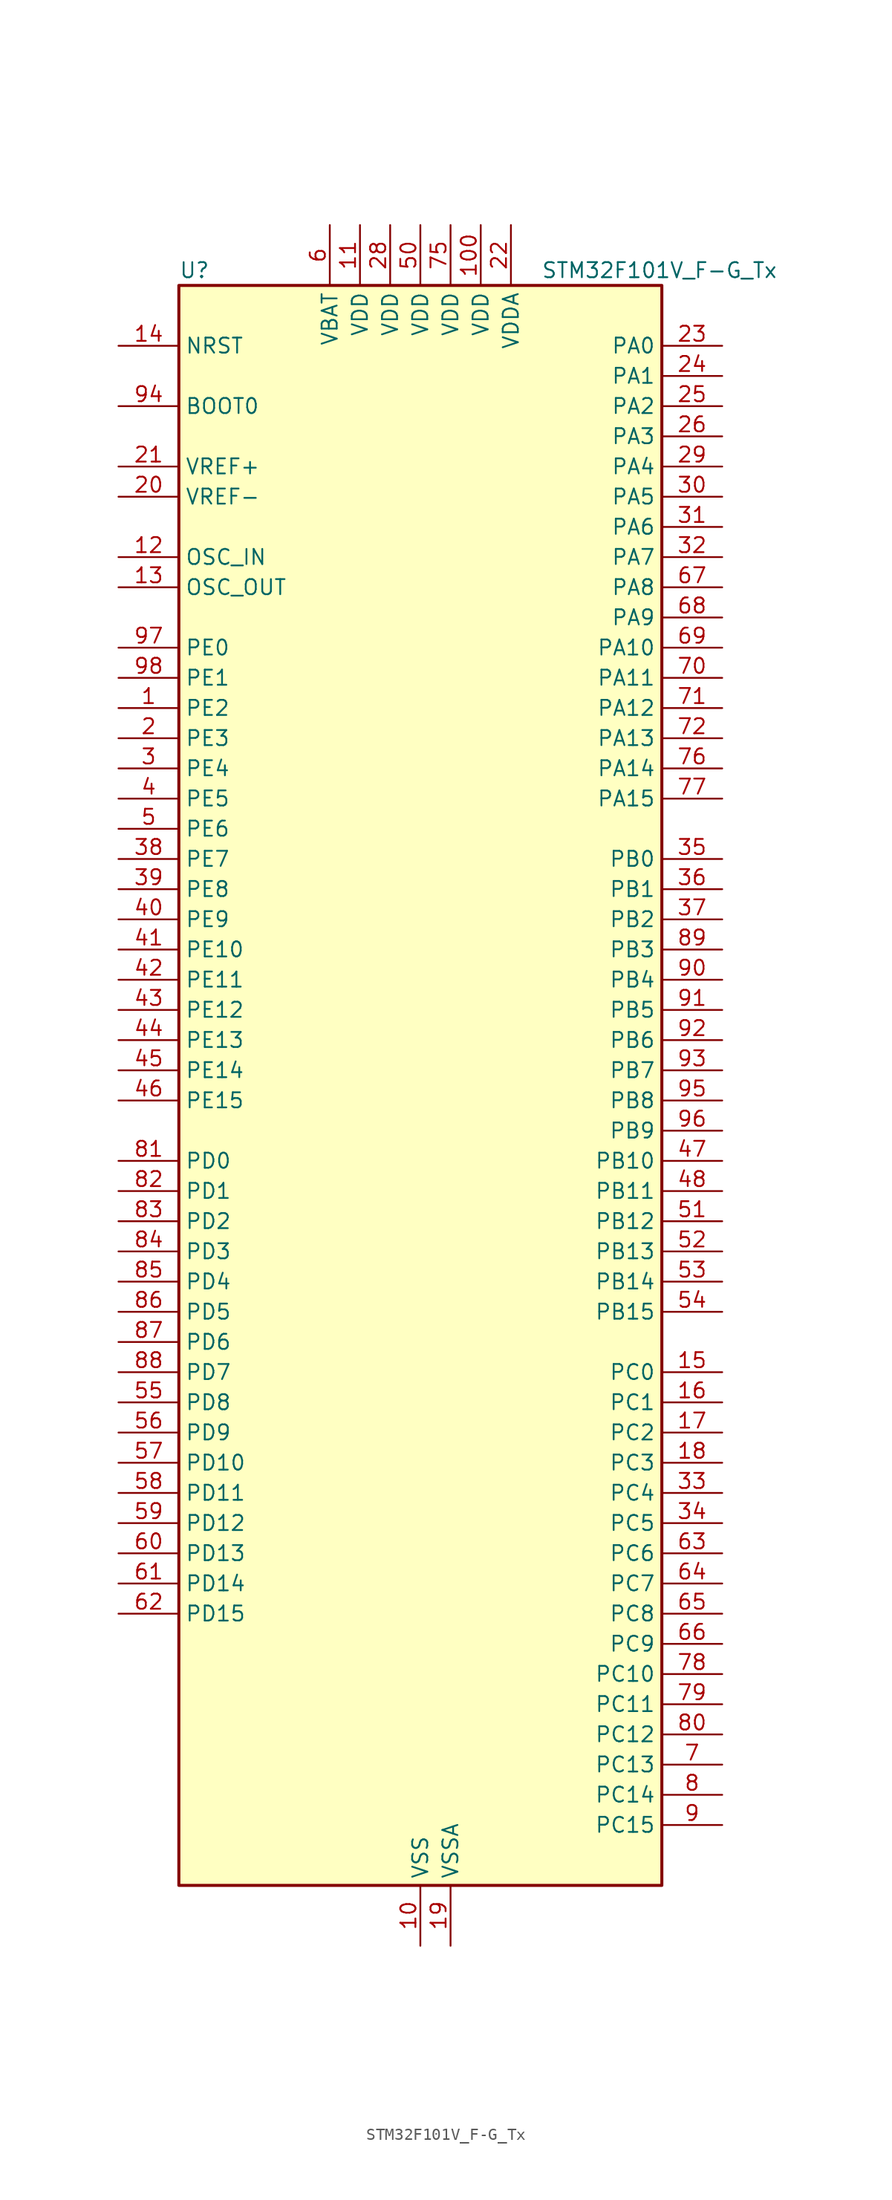
<source format=kicad_sym>
(kicad_symbol_lib
  (version 20241209)
  (generator "kicad_symbol_editor")
  (generator_version "9.0")
  (symbol "STM32F101V_F-G_Tx"
    (property "Reference" "U"
      (at -20.32 69.85 0)
      (effects (font (size 1.27 1.27)) (justify left)))
    (property "Value" "STM32F101V_F-G_Tx"
      (at 10.16 69.85 0)
      (effects (font (size 1.27 1.27)) (justify left)))
    (symbol "STM32F101V_F-G_Tx_0_1"
      (rectangle (start -20.32 -66.04) (end 20.32 68.58) (stroke (width 0.254) (type default)) (fill (type background))))
    (symbol "STM32F101V_F-G_Tx_1_1"
      (pin input line (at -25.4 63.5 0) (length 5.08) (name "NRST" (effects (font (size 1.27 1.27)))) (number "14" (effects (font (size 1.27 1.27)))))
      (pin input line (at -25.4 58.42 0) (length 5.08) (name "BOOT0" (effects (font (size 1.27 1.27)))) (number "94" (effects (font (size 1.27 1.27)))))
      (pin input line (at -25.4 53.34 0) (length 5.08) (name "VREF+" (effects (font (size 1.27 1.27)))) (number "21" (effects (font (size 1.27 1.27)))))
      (pin input line (at -25.4 50.8 0) (length 5.08) (name "VREF-" (effects (font (size 1.27 1.27)))) (number "20" (effects (font (size 1.27 1.27)))))
      (pin input line (at -25.4 45.72 0) (length 5.08) (name "OSC_IN" (effects (font (size 1.27 1.27)))) (number "12" (effects (font (size 1.27 1.27)))) (alternate "RCC_OSC_IN" bidirectional line))
      (pin input line (at -25.4 43.18 0) (length 5.08) (name "OSC_OUT" (effects (font (size 1.27 1.27)))) (number "13" (effects (font (size 1.27 1.27)))) (alternate "RCC_OSC_OUT" bidirectional line))
      (pin bidirectional line (at -25.4 38.1 0) (length 5.08) (name "PE0" (effects (font (size 1.27 1.27)))) (number "97" (effects (font (size 1.27 1.27)))) (alternate "FSMC_NBL0" bidirectional line) (alternate "TIM4_ETR" bidirectional line))
      (pin bidirectional line (at -25.4 35.56 0) (length 5.08) (name "PE1" (effects (font (size 1.27 1.27)))) (number "98" (effects (font (size 1.27 1.27)))) (alternate "FSMC_NBL1" bidirectional line))
      (pin bidirectional line (at -25.4 33.02 0) (length 5.08) (name "PE2" (effects (font (size 1.27 1.27)))) (number "1" (effects (font (size 1.27 1.27)))) (alternate "FSMC_A23" bidirectional line) (alternate "SYS_TRACECLK" bidirectional line))
      (pin bidirectional line (at -25.4 30.48 0) (length 5.08) (name "PE3" (effects (font (size 1.27 1.27)))) (number "2" (effects (font (size 1.27 1.27)))) (alternate "FSMC_A19" bidirectional line) (alternate "SYS_TRACED0" bidirectional line))
      (pin bidirectional line (at -25.4 27.94 0) (length 5.08) (name "PE4" (effects (font (size 1.27 1.27)))) (number "3" (effects (font (size 1.27 1.27)))) (alternate "FSMC_A20" bidirectional line) (alternate "SYS_TRACED1" bidirectional line))
      (pin bidirectional line (at -25.4 25.4 0) (length 5.08) (name "PE5" (effects (font (size 1.27 1.27)))) (number "4" (effects (font (size 1.27 1.27)))) (alternate "FSMC_A21" bidirectional line) (alternate "SYS_TRACED2" bidirectional line) (alternate "TIM9_CH1" bidirectional line))
      (pin bidirectional line (at -25.4 22.86 0) (length 5.08) (name "PE6" (effects (font (size 1.27 1.27)))) (number "5" (effects (font (size 1.27 1.27)))) (alternate "FSMC_A22" bidirectional line) (alternate "SYS_TRACED3" bidirectional line) (alternate "TIM9_CH2" bidirectional line))
      (pin bidirectional line (at -25.4 20.32 0) (length 5.08) (name "PE7" (effects (font (size 1.27 1.27)))) (number "38" (effects (font (size 1.27 1.27)))) (alternate "FSMC_D4" bidirectional line) (alternate "FSMC_DA4" bidirectional line))
      (pin bidirectional line (at -25.4 17.78 0) (length 5.08) (name "PE8" (effects (font (size 1.27 1.27)))) (number "39" (effects (font (size 1.27 1.27)))) (alternate "FSMC_D5" bidirectional line) (alternate "FSMC_DA5" bidirectional line))
      (pin bidirectional line (at -25.4 15.24 0) (length 5.08) (name "PE9" (effects (font (size 1.27 1.27)))) (number "40" (effects (font (size 1.27 1.27)))) (alternate "DAC_EXTI9" bidirectional line) (alternate "FSMC_D6" bidirectional line) (alternate "FSMC_DA6" bidirectional line))
      (pin bidirectional line (at -25.4 12.7 0) (length 5.08) (name "PE10" (effects (font (size 1.27 1.27)))) (number "41" (effects (font (size 1.27 1.27)))) (alternate "FSMC_D7" bidirectional line) (alternate "FSMC_DA7" bidirectional line))
      (pin bidirectional line (at -25.4 10.16 0) (length 5.08) (name "PE11" (effects (font (size 1.27 1.27)))) (number "42" (effects (font (size 1.27 1.27)))) (alternate "ADC1_EXTI11" bidirectional line) (alternate "FSMC_D8" bidirectional line) (alternate "FSMC_DA8" bidirectional line))
      (pin bidirectional line (at -25.4 7.62 0) (length 5.08) (name "PE12" (effects (font (size 1.27 1.27)))) (number "43" (effects (font (size 1.27 1.27)))) (alternate "FSMC_D9" bidirectional line) (alternate "FSMC_DA9" bidirectional line))
      (pin bidirectional line (at -25.4 5.08 0) (length 5.08) (name "PE13" (effects (font (size 1.27 1.27)))) (number "44" (effects (font (size 1.27 1.27)))) (alternate "FSMC_D10" bidirectional line) (alternate "FSMC_DA10" bidirectional line))
      (pin bidirectional line (at -25.4 2.54 0) (length 5.08) (name "PE14" (effects (font (size 1.27 1.27)))) (number "45" (effects (font (size 1.27 1.27)))) (alternate "FSMC_D11" bidirectional line) (alternate "FSMC_DA11" bidirectional line))
      (pin bidirectional line (at -25.4 0 0) (length 5.08) (name "PE15" (effects (font (size 1.27 1.27)))) (number "46" (effects (font (size 1.27 1.27)))) (alternate "ADC1_EXTI15" bidirectional line) (alternate "FSMC_D12" bidirectional line) (alternate "FSMC_DA12" bidirectional line))
      (pin bidirectional line (at -25.4 -5.08 0) (length 5.08) (name "PD0" (effects (font (size 1.27 1.27)))) (number "81" (effects (font (size 1.27 1.27)))) (alternate "FSMC_D2" bidirectional line) (alternate "FSMC_DA2" bidirectional line))
      (pin bidirectional line (at -25.4 -7.62 0) (length 5.08) (name "PD1" (effects (font (size 1.27 1.27)))) (number "82" (effects (font (size 1.27 1.27)))) (alternate "FSMC_D3" bidirectional line) (alternate "FSMC_DA3" bidirectional line))
      (pin bidirectional line (at -25.4 -10.16 0) (length 5.08) (name "PD2" (effects (font (size 1.27 1.27)))) (number "83" (effects (font (size 1.27 1.27)))) (alternate "TIM3_ETR" bidirectional line) (alternate "UART5_RX" bidirectional line))
      (pin bidirectional line (at -25.4 -12.7 0) (length 5.08) (name "PD3" (effects (font (size 1.27 1.27)))) (number "84" (effects (font (size 1.27 1.27)))) (alternate "FSMC_CLK" bidirectional line) (alternate "USART2_CTS" bidirectional line))
      (pin bidirectional line (at -25.4 -15.24 0) (length 5.08) (name "PD4" (effects (font (size 1.27 1.27)))) (number "85" (effects (font (size 1.27 1.27)))) (alternate "FSMC_NOE" bidirectional line) (alternate "USART2_RTS" bidirectional line))
      (pin bidirectional line (at -25.4 -17.78 0) (length 5.08) (name "PD5" (effects (font (size 1.27 1.27)))) (number "86" (effects (font (size 1.27 1.27)))) (alternate "FSMC_NWE" bidirectional line) (alternate "USART2_TX" bidirectional line))
      (pin bidirectional line (at -25.4 -20.32 0) (length 5.08) (name "PD6" (effects (font (size 1.27 1.27)))) (number "87" (effects (font (size 1.27 1.27)))) (alternate "FSMC_NWAIT" bidirectional line) (alternate "USART2_RX" bidirectional line))
      (pin bidirectional line (at -25.4 -22.86 0) (length 5.08) (name "PD7" (effects (font (size 1.27 1.27)))) (number "88" (effects (font (size 1.27 1.27)))) (alternate "FSMC_NCE2" bidirectional line) (alternate "FSMC_NE1" bidirectional line) (alternate "USART2_CK" bidirectional line))
      (pin bidirectional line (at -25.4 -25.4 0) (length 5.08) (name "PD8" (effects (font (size 1.27 1.27)))) (number "55" (effects (font (size 1.27 1.27)))) (alternate "FSMC_D13" bidirectional line) (alternate "FSMC_DA13" bidirectional line) (alternate "USART3_TX" bidirectional line))
      (pin bidirectional line (at -25.4 -27.94 0) (length 5.08) (name "PD9" (effects (font (size 1.27 1.27)))) (number "56" (effects (font (size 1.27 1.27)))) (alternate "DAC_EXTI9" bidirectional line) (alternate "FSMC_D14" bidirectional line) (alternate "FSMC_DA14" bidirectional line) (alternate "USART3_RX" bidirectional line))
      (pin bidirectional line (at -25.4 -30.48 0) (length 5.08) (name "PD10" (effects (font (size 1.27 1.27)))) (number "57" (effects (font (size 1.27 1.27)))) (alternate "FSMC_D15" bidirectional line) (alternate "FSMC_DA15" bidirectional line) (alternate "USART3_CK" bidirectional line))
      (pin bidirectional line (at -25.4 -33.02 0) (length 5.08) (name "PD11" (effects (font (size 1.27 1.27)))) (number "58" (effects (font (size 1.27 1.27)))) (alternate "ADC1_EXTI11" bidirectional line) (alternate "FSMC_A16" bidirectional line) (alternate "FSMC_CLE" bidirectional line) (alternate "USART3_CTS" bidirectional line))
      (pin bidirectional line (at -25.4 -35.56 0) (length 5.08) (name "PD12" (effects (font (size 1.27 1.27)))) (number "59" (effects (font (size 1.27 1.27)))) (alternate "FSMC_A17" bidirectional line) (alternate "FSMC_ALE" bidirectional line) (alternate "TIM4_CH1" bidirectional line) (alternate "USART3_RTS" bidirectional line))
      (pin bidirectional line (at -25.4 -38.1 0) (length 5.08) (name "PD13" (effects (font (size 1.27 1.27)))) (number "60" (effects (font (size 1.27 1.27)))) (alternate "FSMC_A18" bidirectional line) (alternate "TIM4_CH2" bidirectional line))
      (pin bidirectional line (at -25.4 -40.64 0) (length 5.08) (name "PD14" (effects (font (size 1.27 1.27)))) (number "61" (effects (font (size 1.27 1.27)))) (alternate "FSMC_D0" bidirectional line) (alternate "FSMC_DA0" bidirectional line) (alternate "TIM4_CH3" bidirectional line))
      (pin bidirectional line (at -25.4 -43.18 0) (length 5.08) (name "PD15" (effects (font (size 1.27 1.27)))) (number "62" (effects (font (size 1.27 1.27)))) (alternate "ADC1_EXTI15" bidirectional line) (alternate "FSMC_D1" bidirectional line) (alternate "FSMC_DA1" bidirectional line) (alternate "TIM4_CH4" bidirectional line))
      (pin no_connect line (at -20.32 -66.04 0) (length 5.08) (hide yes) (name "NC" (effects (font (size 1.27 1.27)))) (number "73" (effects (font (size 1.27 1.27)))))
      (pin power_in line (at -7.62 73.66 270) (length 5.08) (name "VBAT" (effects (font (size 1.27 1.27)))) (number "6" (effects (font (size 1.27 1.27)))))
      (pin power_in line (at -5.08 73.66 270) (length 5.08) (name "VDD" (effects (font (size 1.27 1.27)))) (number "11" (effects (font (size 1.27 1.27)))))
      (pin power_in line (at -2.54 73.66 270) (length 5.08) (name "VDD" (effects (font (size 1.27 1.27)))) (number "28" (effects (font (size 1.27 1.27)))))
      (pin power_in line (at 0 73.66 270) (length 5.08) (name "VDD" (effects (font (size 1.27 1.27)))) (number "50" (effects (font (size 1.27 1.27)))))
      (pin power_in line (at 0 -71.12 90) (length 5.08) (name "VSS" (effects (font (size 1.27 1.27)))) (number "10" (effects (font (size 1.27 1.27)))))
      (pin passive line (at 0 -71.12 90) (length 5.08) (hide yes) (name "VSS" (effects (font (size 1.27 1.27)))) (number "27" (effects (font (size 1.27 1.27)))))
      (pin passive line (at 0 -71.12 90) (length 5.08) (hide yes) (name "VSS" (effects (font (size 1.27 1.27)))) (number "49" (effects (font (size 1.27 1.27)))))
      (pin passive line (at 0 -71.12 90) (length 5.08) (hide yes) (name "VSS" (effects (font (size 1.27 1.27)))) (number "74" (effects (font (size 1.27 1.27)))))
      (pin passive line (at 0 -71.12 90) (length 5.08) (hide yes) (name "VSS" (effects (font (size 1.27 1.27)))) (number "99" (effects (font (size 1.27 1.27)))))
      (pin power_in line (at 2.54 73.66 270) (length 5.08) (name "VDD" (effects (font (size 1.27 1.27)))) (number "75" (effects (font (size 1.27 1.27)))))
      (pin power_in line (at 2.54 -71.12 90) (length 5.08) (name "VSSA" (effects (font (size 1.27 1.27)))) (number "19" (effects (font (size 1.27 1.27)))))
      (pin power_in line (at 5.08 73.66 270) (length 5.08) (name "VDD" (effects (font (size 1.27 1.27)))) (number "100" (effects (font (size 1.27 1.27)))))
      (pin power_in line (at 7.62 73.66 270) (length 5.08) (name "VDDA" (effects (font (size 1.27 1.27)))) (number "22" (effects (font (size 1.27 1.27)))))
      (pin bidirectional line (at 25.4 63.5 180) (length 5.08) (name "PA0" (effects (font (size 1.27 1.27)))) (number "23" (effects (font (size 1.27 1.27)))) (alternate "ADC1_IN0" bidirectional line) (alternate "SYS_WKUP" bidirectional line) (alternate "TIM2_CH1" bidirectional line) (alternate "TIM2_ETR" bidirectional line) (alternate "TIM5_CH1" bidirectional line) (alternate "USART2_CTS" bidirectional line))
      (pin bidirectional line (at 25.4 60.96 180) (length 5.08) (name "PA1" (effects (font (size 1.27 1.27)))) (number "24" (effects (font (size 1.27 1.27)))) (alternate "ADC1_IN1" bidirectional line) (alternate "TIM2_CH2" bidirectional line) (alternate "TIM5_CH2" bidirectional line) (alternate "USART2_RTS" bidirectional line))
      (pin bidirectional line (at 25.4 58.42 180) (length 5.08) (name "PA2" (effects (font (size 1.27 1.27)))) (number "25" (effects (font (size 1.27 1.27)))) (alternate "ADC1_IN2" bidirectional line) (alternate "TIM2_CH3" bidirectional line) (alternate "TIM5_CH3" bidirectional line) (alternate "TIM9_CH1" bidirectional line) (alternate "USART2_TX" bidirectional line))
      (pin bidirectional line (at 25.4 55.88 180) (length 5.08) (name "PA3" (effects (font (size 1.27 1.27)))) (number "26" (effects (font (size 1.27 1.27)))) (alternate "ADC1_IN3" bidirectional line) (alternate "TIM2_CH4" bidirectional line) (alternate "TIM5_CH4" bidirectional line) (alternate "TIM9_CH2" bidirectional line) (alternate "USART2_RX" bidirectional line))
      (pin bidirectional line (at 25.4 53.34 180) (length 5.08) (name "PA4" (effects (font (size 1.27 1.27)))) (number "29" (effects (font (size 1.27 1.27)))) (alternate "ADC1_IN4" bidirectional line) (alternate "DAC_OUT1" bidirectional line) (alternate "SPI1_NSS" bidirectional line) (alternate "USART2_CK" bidirectional line))
      (pin bidirectional line (at 25.4 50.8 180) (length 5.08) (name "PA5" (effects (font (size 1.27 1.27)))) (number "30" (effects (font (size 1.27 1.27)))) (alternate "ADC1_IN5" bidirectional line) (alternate "DAC_OUT2" bidirectional line) (alternate "SPI1_SCK" bidirectional line))
      (pin bidirectional line (at 25.4 48.26 180) (length 5.08) (name "PA6" (effects (font (size 1.27 1.27)))) (number "31" (effects (font (size 1.27 1.27)))) (alternate "ADC1_IN6" bidirectional line) (alternate "SPI1_MISO" bidirectional line) (alternate "TIM13_CH1" bidirectional line) (alternate "TIM3_CH1" bidirectional line))
      (pin bidirectional line (at 25.4 45.72 180) (length 5.08) (name "PA7" (effects (font (size 1.27 1.27)))) (number "32" (effects (font (size 1.27 1.27)))) (alternate "ADC1_IN7" bidirectional line) (alternate "SPI1_MOSI" bidirectional line) (alternate "TIM14_CH1" bidirectional line) (alternate "TIM3_CH2" bidirectional line))
      (pin bidirectional line (at 25.4 43.18 180) (length 5.08) (name "PA8" (effects (font (size 1.27 1.27)))) (number "67" (effects (font (size 1.27 1.27)))) (alternate "RCC_MCO" bidirectional line) (alternate "USART1_CK" bidirectional line))
      (pin bidirectional line (at 25.4 40.64 180) (length 5.08) (name "PA9" (effects (font (size 1.27 1.27)))) (number "68" (effects (font (size 1.27 1.27)))) (alternate "DAC_EXTI9" bidirectional line) (alternate "USART1_TX" bidirectional line))
      (pin bidirectional line (at 25.4 38.1 180) (length 5.08) (name "PA10" (effects (font (size 1.27 1.27)))) (number "69" (effects (font (size 1.27 1.27)))) (alternate "USART1_RX" bidirectional line))
      (pin bidirectional line (at 25.4 35.56 180) (length 5.08) (name "PA11" (effects (font (size 1.27 1.27)))) (number "70" (effects (font (size 1.27 1.27)))) (alternate "ADC1_EXTI11" bidirectional line) (alternate "USART1_CTS" bidirectional line))
      (pin bidirectional line (at 25.4 33.02 180) (length 5.08) (name "PA12" (effects (font (size 1.27 1.27)))) (number "71" (effects (font (size 1.27 1.27)))) (alternate "USART1_RTS" bidirectional line))
      (pin bidirectional line (at 25.4 30.48 180) (length 5.08) (name "PA13" (effects (font (size 1.27 1.27)))) (number "72" (effects (font (size 1.27 1.27)))) (alternate "SYS_JTMS-SWDIO" bidirectional line))
      (pin bidirectional line (at 25.4 27.94 180) (length 5.08) (name "PA14" (effects (font (size 1.27 1.27)))) (number "76" (effects (font (size 1.27 1.27)))) (alternate "SYS_JTCK-SWCLK" bidirectional line))
      (pin bidirectional line (at 25.4 25.4 180) (length 5.08) (name "PA15" (effects (font (size 1.27 1.27)))) (number "77" (effects (font (size 1.27 1.27)))) (alternate "ADC1_EXTI15" bidirectional line) (alternate "SPI1_NSS" bidirectional line) (alternate "SPI3_NSS" bidirectional line) (alternate "SYS_JTDI" bidirectional line) (alternate "TIM2_CH1" bidirectional line) (alternate "TIM2_ETR" bidirectional line))
      (pin bidirectional line (at 25.4 20.32 180) (length 5.08) (name "PB0" (effects (font (size 1.27 1.27)))) (number "35" (effects (font (size 1.27 1.27)))) (alternate "ADC1_IN8" bidirectional line) (alternate "TIM3_CH3" bidirectional line))
      (pin bidirectional line (at 25.4 17.78 180) (length 5.08) (name "PB1" (effects (font (size 1.27 1.27)))) (number "36" (effects (font (size 1.27 1.27)))) (alternate "ADC1_IN9" bidirectional line) (alternate "TIM3_CH4" bidirectional line))
      (pin bidirectional line (at 25.4 15.24 180) (length 5.08) (name "PB2" (effects (font (size 1.27 1.27)))) (number "37" (effects (font (size 1.27 1.27)))))
      (pin bidirectional line (at 25.4 12.7 180) (length 5.08) (name "PB3" (effects (font (size 1.27 1.27)))) (number "89" (effects (font (size 1.27 1.27)))) (alternate "SPI1_SCK" bidirectional line) (alternate "SPI3_SCK" bidirectional line) (alternate "SYS_JTDO-TRACESWO" bidirectional line) (alternate "TIM2_CH2" bidirectional line))
      (pin bidirectional line (at 25.4 10.16 180) (length 5.08) (name "PB4" (effects (font (size 1.27 1.27)))) (number "90" (effects (font (size 1.27 1.27)))) (alternate "SPI1_MISO" bidirectional line) (alternate "SPI3_MISO" bidirectional line) (alternate "SYS_NJTRST" bidirectional line) (alternate "TIM3_CH1" bidirectional line))
      (pin bidirectional line (at 25.4 7.62 180) (length 5.08) (name "PB5" (effects (font (size 1.27 1.27)))) (number "91" (effects (font (size 1.27 1.27)))) (alternate "I2C1_SMBA" bidirectional line) (alternate "SPI1_MOSI" bidirectional line) (alternate "SPI3_MOSI" bidirectional line) (alternate "TIM3_CH2" bidirectional line))
      (pin bidirectional line (at 25.4 5.08 180) (length 5.08) (name "PB6" (effects (font (size 1.27 1.27)))) (number "92" (effects (font (size 1.27 1.27)))) (alternate "I2C1_SCL" bidirectional line) (alternate "TIM4_CH1" bidirectional line) (alternate "USART1_TX" bidirectional line))
      (pin bidirectional line (at 25.4 2.54 180) (length 5.08) (name "PB7" (effects (font (size 1.27 1.27)))) (number "93" (effects (font (size 1.27 1.27)))) (alternate "FSMC_NL" bidirectional line) (alternate "I2C1_SDA" bidirectional line) (alternate "TIM4_CH2" bidirectional line) (alternate "USART1_RX" bidirectional line))
      (pin bidirectional line (at 25.4 0 180) (length 5.08) (name "PB8" (effects (font (size 1.27 1.27)))) (number "95" (effects (font (size 1.27 1.27)))) (alternate "I2C1_SCL" bidirectional line) (alternate "TIM10_CH1" bidirectional line) (alternate "TIM4_CH3" bidirectional line))
      (pin bidirectional line (at 25.4 -2.54 180) (length 5.08) (name "PB9" (effects (font (size 1.27 1.27)))) (number "96" (effects (font (size 1.27 1.27)))) (alternate "DAC_EXTI9" bidirectional line) (alternate "I2C1_SDA" bidirectional line) (alternate "TIM11_CH1" bidirectional line) (alternate "TIM4_CH4" bidirectional line))
      (pin bidirectional line (at 25.4 -5.08 180) (length 5.08) (name "PB10" (effects (font (size 1.27 1.27)))) (number "47" (effects (font (size 1.27 1.27)))) (alternate "I2C2_SCL" bidirectional line) (alternate "TIM2_CH3" bidirectional line) (alternate "USART3_TX" bidirectional line))
      (pin bidirectional line (at 25.4 -7.62 180) (length 5.08) (name "PB11" (effects (font (size 1.27 1.27)))) (number "48" (effects (font (size 1.27 1.27)))) (alternate "ADC1_EXTI11" bidirectional line) (alternate "I2C2_SDA" bidirectional line) (alternate "TIM2_CH4" bidirectional line) (alternate "USART3_RX" bidirectional line))
      (pin bidirectional line (at 25.4 -10.16 180) (length 5.08) (name "PB12" (effects (font (size 1.27 1.27)))) (number "51" (effects (font (size 1.27 1.27)))) (alternate "I2C2_SMBA" bidirectional line) (alternate "SPI2_NSS" bidirectional line) (alternate "USART3_CK" bidirectional line))
      (pin bidirectional line (at 25.4 -12.7 180) (length 5.08) (name "PB13" (effects (font (size 1.27 1.27)))) (number "52" (effects (font (size 1.27 1.27)))) (alternate "SPI2_SCK" bidirectional line) (alternate "USART3_CTS" bidirectional line))
      (pin bidirectional line (at 25.4 -15.24 180) (length 5.08) (name "PB14" (effects (font (size 1.27 1.27)))) (number "53" (effects (font (size 1.27 1.27)))) (alternate "SPI2_MISO" bidirectional line) (alternate "TIM12_CH1" bidirectional line) (alternate "USART3_RTS" bidirectional line))
      (pin bidirectional line (at 25.4 -17.78 180) (length 5.08) (name "PB15" (effects (font (size 1.27 1.27)))) (number "54" (effects (font (size 1.27 1.27)))) (alternate "ADC1_EXTI15" bidirectional line) (alternate "SPI2_MOSI" bidirectional line) (alternate "TIM12_CH2" bidirectional line))
      (pin bidirectional line (at 25.4 -22.86 180) (length 5.08) (name "PC0" (effects (font (size 1.27 1.27)))) (number "15" (effects (font (size 1.27 1.27)))) (alternate "ADC1_IN10" bidirectional line))
      (pin bidirectional line (at 25.4 -25.4 180) (length 5.08) (name "PC1" (effects (font (size 1.27 1.27)))) (number "16" (effects (font (size 1.27 1.27)))) (alternate "ADC1_IN11" bidirectional line))
      (pin bidirectional line (at 25.4 -27.94 180) (length 5.08) (name "PC2" (effects (font (size 1.27 1.27)))) (number "17" (effects (font (size 1.27 1.27)))) (alternate "ADC1_IN12" bidirectional line))
      (pin bidirectional line (at 25.4 -30.48 180) (length 5.08) (name "PC3" (effects (font (size 1.27 1.27)))) (number "18" (effects (font (size 1.27 1.27)))) (alternate "ADC1_IN13" bidirectional line))
      (pin bidirectional line (at 25.4 -33.02 180) (length 5.08) (name "PC4" (effects (font (size 1.27 1.27)))) (number "33" (effects (font (size 1.27 1.27)))) (alternate "ADC1_IN14" bidirectional line))
      (pin bidirectional line (at 25.4 -35.56 180) (length 5.08) (name "PC5" (effects (font (size 1.27 1.27)))) (number "34" (effects (font (size 1.27 1.27)))) (alternate "ADC1_IN15" bidirectional line))
      (pin bidirectional line (at 25.4 -38.1 180) (length 5.08) (name "PC6" (effects (font (size 1.27 1.27)))) (number "63" (effects (font (size 1.27 1.27)))) (alternate "TIM3_CH1" bidirectional line))
      (pin bidirectional line (at 25.4 -40.64 180) (length 5.08) (name "PC7" (effects (font (size 1.27 1.27)))) (number "64" (effects (font (size 1.27 1.27)))) (alternate "TIM3_CH2" bidirectional line))
      (pin bidirectional line (at 25.4 -43.18 180) (length 5.08) (name "PC8" (effects (font (size 1.27 1.27)))) (number "65" (effects (font (size 1.27 1.27)))) (alternate "TIM3_CH3" bidirectional line))
      (pin bidirectional line (at 25.4 -45.72 180) (length 5.08) (name "PC9" (effects (font (size 1.27 1.27)))) (number "66" (effects (font (size 1.27 1.27)))) (alternate "DAC_EXTI9" bidirectional line) (alternate "TIM3_CH4" bidirectional line))
      (pin bidirectional line (at 25.4 -48.26 180) (length 5.08) (name "PC10" (effects (font (size 1.27 1.27)))) (number "78" (effects (font (size 1.27 1.27)))) (alternate "UART4_TX" bidirectional line) (alternate "USART3_TX" bidirectional line))
      (pin bidirectional line (at 25.4 -50.8 180) (length 5.08) (name "PC11" (effects (font (size 1.27 1.27)))) (number "79" (effects (font (size 1.27 1.27)))) (alternate "ADC1_EXTI11" bidirectional line) (alternate "UART4_RX" bidirectional line) (alternate "USART3_RX" bidirectional line))
      (pin bidirectional line (at 25.4 -53.34 180) (length 5.08) (name "PC12" (effects (font (size 1.27 1.27)))) (number "80" (effects (font (size 1.27 1.27)))) (alternate "UART5_TX" bidirectional line) (alternate "USART3_CK" bidirectional line))
      (pin bidirectional line (at 25.4 -55.88 180) (length 5.08) (name "PC13" (effects (font (size 1.27 1.27)))) (number "7" (effects (font (size 1.27 1.27)))) (alternate "RTC_OUT" bidirectional line) (alternate "RTC_TAMPER" bidirectional line))
      (pin bidirectional line (at 25.4 -58.42 180) (length 5.08) (name "PC14" (effects (font (size 1.27 1.27)))) (number "8" (effects (font (size 1.27 1.27)))) (alternate "RCC_OSC32_IN" bidirectional line))
      (pin bidirectional line (at 25.4 -60.96 180) (length 5.08) (name "PC15" (effects (font (size 1.27 1.27)))) (number "9" (effects (font (size 1.27 1.27)))) (alternate "ADC1_EXTI15" bidirectional line) (alternate "RCC_OSC32_OUT" bidirectional line)))))
</source>
